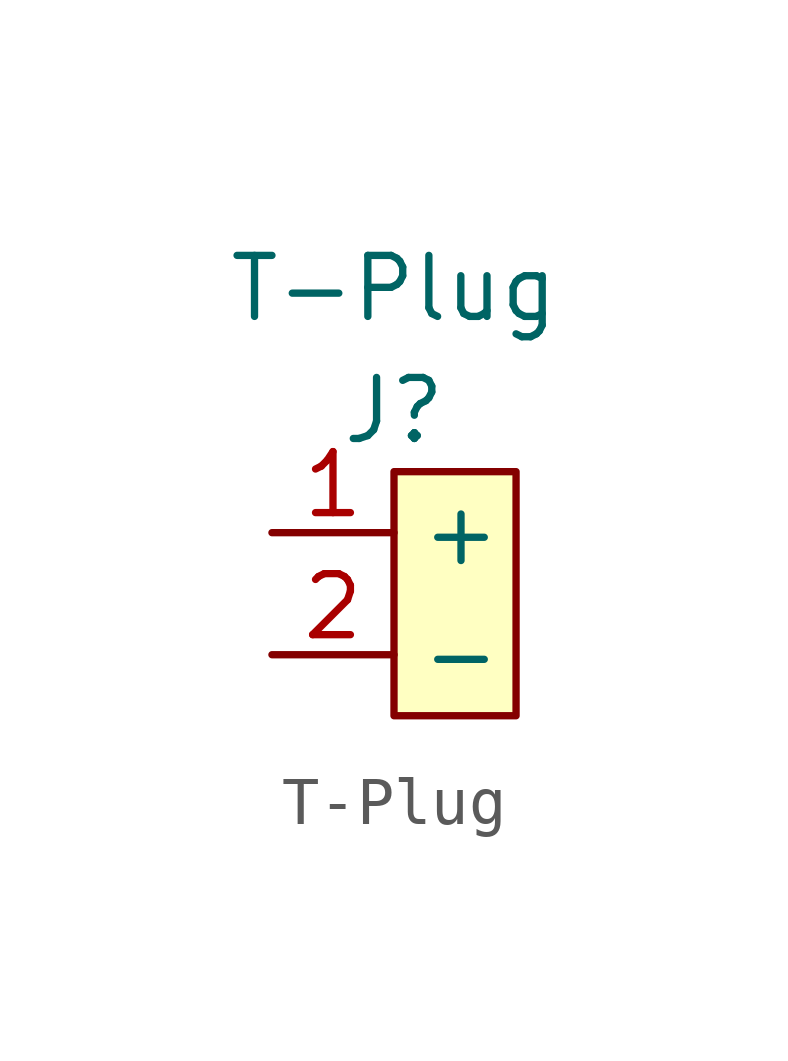
<source format=kicad_sym>
(kicad_symbol_lib
  (version 20211014)
  (generator kicad_symbol_editor)
  (symbol "T-Plug"
    (property "Reference" "J"
      (at 0 0 0)
      (effects (font (size 1.27 1.27))))
    (property "Value" "T-Plug"
      (at 0 2.54 0)
      (effects (font (size 1.27 1.27))))
    (symbol "T-Plug_0_1"
      (rectangle (start 0 -1.27) (end 2.54 -6.35) (stroke (width 0) (type default) (color 0 0 0 0)) (fill (type background))))
    (symbol "T-Plug_1_1"
      (pin bidirectional line (at -2.54 -2.54 0) (length 2.54) (name "+" (effects (font (size 1.27 1.27)))) (number "1" (effects (font (size 1.27 1.27)))))
      (pin bidirectional line (at -2.54 -5.08 0) (length 2.54) (name "-" (effects (font (size 1.27 1.27)))) (number "2" (effects (font (size 1.27 1.27))))))))
</source>
